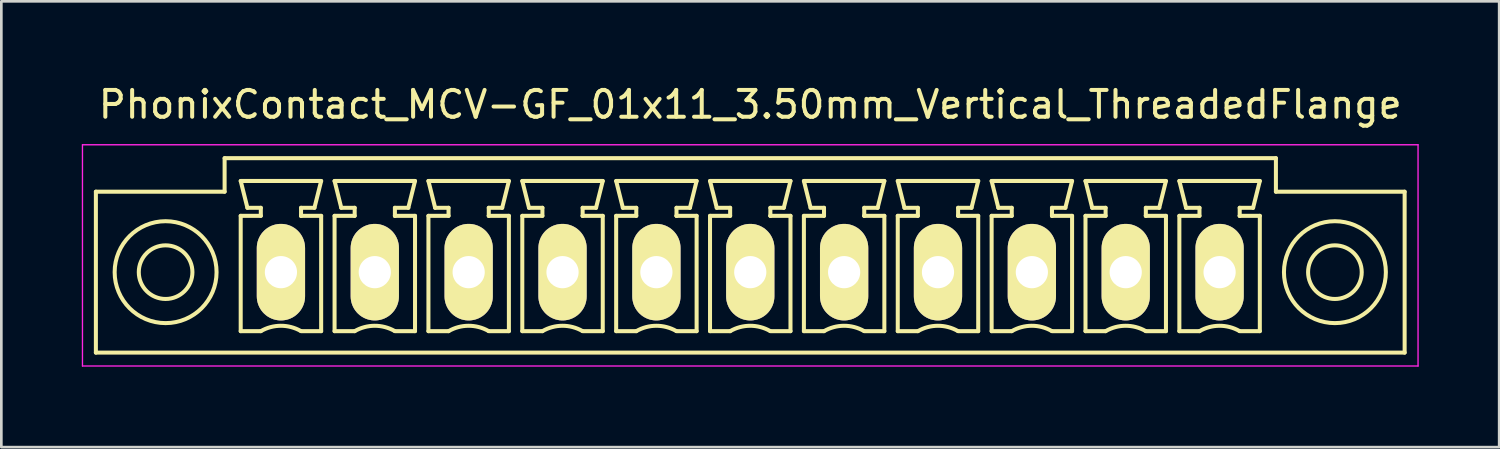
<source format=kicad_pcb>
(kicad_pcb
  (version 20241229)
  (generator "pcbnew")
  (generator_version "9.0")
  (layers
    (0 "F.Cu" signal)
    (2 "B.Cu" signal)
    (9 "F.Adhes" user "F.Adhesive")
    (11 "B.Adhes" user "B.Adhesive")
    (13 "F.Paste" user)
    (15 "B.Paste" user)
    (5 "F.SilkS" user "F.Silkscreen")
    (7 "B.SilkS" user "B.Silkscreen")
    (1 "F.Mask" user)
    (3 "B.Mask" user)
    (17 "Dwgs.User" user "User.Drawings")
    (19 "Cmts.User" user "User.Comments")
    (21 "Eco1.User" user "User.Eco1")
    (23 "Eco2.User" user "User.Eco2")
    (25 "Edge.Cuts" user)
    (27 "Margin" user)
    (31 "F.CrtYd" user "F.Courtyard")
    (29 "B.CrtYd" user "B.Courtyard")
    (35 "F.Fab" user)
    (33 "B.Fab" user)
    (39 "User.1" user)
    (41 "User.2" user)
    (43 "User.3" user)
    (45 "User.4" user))
  (footprint "PhonixContact_MCV-GF_01x11_3.50mm_Vertical_ThreadedFlange"
    (layer "F.Cu")
    (at 7.425 7.098)
    (property "Reference" "PhonixContact_MCV-GF_01x11_3.50mm_Vertical_ThreadedFlange" (at 17.5 -6.25 0) (layer "F.SilkS") (effects (font (size 1 1) (thickness 0.15))))
    (attr through_hole)
    (fp_line (start -6.9 -3) (end -6.9 3) (stroke (width 0.15) (type solid)) (layer "F.SilkS"))
    (fp_line (start -6.9 3) (end 41.9 3) (stroke (width 0.15) (type solid)) (layer "F.SilkS"))
    (fp_line (start -2.1 -4.25) (end -2.1 -3) (stroke (width 0.15) (type solid)) (layer "F.SilkS"))
    (fp_line (start -2.1 -3) (end -6.9 -3) (stroke (width 0.15) (type solid)) (layer "F.SilkS"))
    (fp_line (start -1.5 -3.4) (end 1.5 -3.4) (stroke (width 0.15) (type solid)) (layer "F.SilkS"))
    (fp_line (start -1.5 -2.1) (end -0.75 -2.1) (stroke (width 0.15) (type solid)) (layer "F.SilkS"))
    (fp_line (start -1.5 2.2) (end -1.5 -2.1) (stroke (width 0.15) (type solid)) (layer "F.SilkS"))
    (fp_line (start -1.25 -2.4) (end -1.5 -3.4) (stroke (width 0.15) (type solid)) (layer "F.SilkS"))
    (fp_line (start -0.75 -2.4) (end -1.25 -2.4) (stroke (width 0.15) (type solid)) (layer "F.SilkS"))
    (fp_line (start -0.75 -2.1) (end -0.75 -2.4) (stroke (width 0.15) (type solid)) (layer "F.SilkS"))
    (fp_line (start -0.75 2.2) (end -1.5 2.2) (stroke (width 0.15) (type solid)) (layer "F.SilkS"))
    (fp_line (start 0.75 -2.4) (end 0.75 -2.1) (stroke (width 0.15) (type solid)) (layer "F.SilkS"))
    (fp_line (start 0.75 -2.1) (end 0.75 -2.1) (stroke (width 0.15) (type solid)) (layer "F.SilkS"))
    (fp_line (start 0.75 -2.1) (end 1.5 -2.1) (stroke (width 0.15) (type solid)) (layer "F.SilkS"))
    (fp_line (start 1.25 -2.4) (end 0.75 -2.4) (stroke (width 0.15) (type solid)) (layer "F.SilkS"))
    (fp_line (start 1.5 -3.4) (end 1.25 -2.4) (stroke (width 0.15) (type solid)) (layer "F.SilkS"))
    (fp_line (start 1.5 -2.1) (end 1.5 2.2) (stroke (width 0.15) (type solid)) (layer "F.SilkS"))
    (fp_line (start 1.5 2.2) (end 0.75 2.2) (stroke (width 0.15) (type solid)) (layer "F.SilkS"))
    (fp_line (start 2 -3.4) (end 5 -3.4) (stroke (width 0.15) (type solid)) (layer "F.SilkS"))
    (fp_line (start 2 -2.1) (end 2.75 -2.1) (stroke (width 0.15) (type solid)) (layer "F.SilkS"))
    (fp_line (start 2 2.2) (end 2 -2.1) (stroke (width 0.15) (type solid)) (layer "F.SilkS"))
    (fp_line (start 2.25 -2.4) (end 2 -3.4) (stroke (width 0.15) (type solid)) (layer "F.SilkS"))
    (fp_line (start 2.75 -2.4) (end 2.25 -2.4) (stroke (width 0.15) (type solid)) (layer "F.SilkS"))
    (fp_line (start 2.75 -2.1) (end 2.75 -2.4) (stroke (width 0.15) (type solid)) (layer "F.SilkS"))
    (fp_line (start 2.75 2.2) (end 2 2.2) (stroke (width 0.15) (type solid)) (layer "F.SilkS"))
    (fp_line (start 4.25 -2.4) (end 4.25 -2.1) (stroke (width 0.15) (type solid)) (layer "F.SilkS"))
    (fp_line (start 4.25 -2.1) (end 4.25 -2.1) (stroke (width 0.15) (type solid)) (layer "F.SilkS"))
    (fp_line (start 4.25 -2.1) (end 5 -2.1) (stroke (width 0.15) (type solid)) (layer "F.SilkS"))
    (fp_line (start 4.75 -2.4) (end 4.25 -2.4) (stroke (width 0.15) (type solid)) (layer "F.SilkS"))
    (fp_line (start 5 -3.4) (end 4.75 -2.4) (stroke (width 0.15) (type solid)) (layer "F.SilkS"))
    (fp_line (start 5 -2.1) (end 5 2.2) (stroke (width 0.15) (type solid)) (layer "F.SilkS"))
    (fp_line (start 5 2.2) (end 4.25 2.2) (stroke (width 0.15) (type solid)) (layer "F.SilkS"))
    (fp_line (start 5.5 -3.4) (end 8.5 -3.4) (stroke (width 0.15) (type solid)) (layer "F.SilkS"))
    (fp_line (start 5.5 -2.1) (end 6.25 -2.1) (stroke (width 0.15) (type solid)) (layer "F.SilkS"))
    (fp_line (start 5.5 2.2) (end 5.5 -2.1) (stroke (width 0.15) (type solid)) (layer "F.SilkS"))
    (fp_line (start 5.75 -2.4) (end 5.5 -3.4) (stroke (width 0.15) (type solid)) (layer "F.SilkS"))
    (fp_line (start 6.25 -2.4) (end 5.75 -2.4) (stroke (width 0.15) (type solid)) (layer "F.SilkS"))
    (fp_line (start 6.25 -2.1) (end 6.25 -2.4) (stroke (width 0.15) (type solid)) (layer "F.SilkS"))
    (fp_line (start 6.25 2.2) (end 5.5 2.2) (stroke (width 0.15) (type solid)) (layer "F.SilkS"))
    (fp_line (start 7.75 -2.4) (end 7.75 -2.1) (stroke (width 0.15) (type solid)) (layer "F.SilkS"))
    (fp_line (start 7.75 -2.1) (end 7.75 -2.1) (stroke (width 0.15) (type solid)) (layer "F.SilkS"))
    (fp_line (start 7.75 -2.1) (end 8.5 -2.1) (stroke (width 0.15) (type solid)) (layer "F.SilkS"))
    (fp_line (start 8.25 -2.4) (end 7.75 -2.4) (stroke (width 0.15) (type solid)) (layer "F.SilkS"))
    (fp_line (start 8.5 -3.4) (end 8.25 -2.4) (stroke (width 0.15) (type solid)) (layer "F.SilkS"))
    (fp_line (start 8.5 -2.1) (end 8.5 2.2) (stroke (width 0.15) (type solid)) (layer "F.SilkS"))
    (fp_line (start 8.5 2.2) (end 7.75 2.2) (stroke (width 0.15) (type solid)) (layer "F.SilkS"))
    (fp_line (start 9 -3.4) (end 12 -3.4) (stroke (width 0.15) (type solid)) (layer "F.SilkS"))
    (fp_line (start 9 -2.1) (end 9.75 -2.1) (stroke (width 0.15) (type solid)) (layer "F.SilkS"))
    (fp_line (start 9 2.2) (end 9 -2.1) (stroke (width 0.15) (type solid)) (layer "F.SilkS"))
    (fp_line (start 9.25 -2.4) (end 9 -3.4) (stroke (width 0.15) (type solid)) (layer "F.SilkS"))
    (fp_line (start 9.75 -2.4) (end 9.25 -2.4) (stroke (width 0.15) (type solid)) (layer "F.SilkS"))
    (fp_line (start 9.75 -2.1) (end 9.75 -2.4) (stroke (width 0.15) (type solid)) (layer "F.SilkS"))
    (fp_line (start 9.75 2.2) (end 9 2.2) (stroke (width 0.15) (type solid)) (layer "F.SilkS"))
    (fp_line (start 11.25 -2.4) (end 11.25 -2.1) (stroke (width 0.15) (type solid)) (layer "F.SilkS"))
    (fp_line (start 11.25 -2.1) (end 11.25 -2.1) (stroke (width 0.15) (type solid)) (layer "F.SilkS"))
    (fp_line (start 11.25 -2.1) (end 12 -2.1) (stroke (width 0.15) (type solid)) (layer "F.SilkS"))
    (fp_line (start 11.75 -2.4) (end 11.25 -2.4) (stroke (width 0.15) (type solid)) (layer "F.SilkS"))
    (fp_line (start 12 -3.4) (end 11.75 -2.4) (stroke (width 0.15) (type solid)) (layer "F.SilkS"))
    (fp_line (start 12 -2.1) (end 12 2.2) (stroke (width 0.15) (type solid)) (layer "F.SilkS"))
    (fp_line (start 12 2.2) (end 11.25 2.2) (stroke (width 0.15) (type solid)) (layer "F.SilkS"))
    (fp_line (start 12.5 -3.4) (end 15.5 -3.4) (stroke (width 0.15) (type solid)) (layer "F.SilkS"))
    (fp_line (start 12.5 -2.1) (end 13.25 -2.1) (stroke (width 0.15) (type solid)) (layer "F.SilkS"))
    (fp_line (start 12.5 2.2) (end 12.5 -2.1) (stroke (width 0.15) (type solid)) (layer "F.SilkS"))
    (fp_line (start 12.75 -2.4) (end 12.5 -3.4) (stroke (width 0.15) (type solid)) (layer "F.SilkS"))
    (fp_line (start 13.25 -2.4) (end 12.75 -2.4) (stroke (width 0.15) (type solid)) (layer "F.SilkS"))
    (fp_line (start 13.25 -2.1) (end 13.25 -2.4) (stroke (width 0.15) (type solid)) (layer "F.SilkS"))
    (fp_line (start 13.25 2.2) (end 12.5 2.2) (stroke (width 0.15) (type solid)) (layer "F.SilkS"))
    (fp_line (start 14.75 -2.4) (end 14.75 -2.1) (stroke (width 0.15) (type solid)) (layer "F.SilkS"))
    (fp_line (start 14.75 -2.1) (end 14.75 -2.1) (stroke (width 0.15) (type solid)) (layer "F.SilkS"))
    (fp_line (start 14.75 -2.1) (end 15.5 -2.1) (stroke (width 0.15) (type solid)) (layer "F.SilkS"))
    (fp_line (start 15.25 -2.4) (end 14.75 -2.4) (stroke (width 0.15) (type solid)) (layer "F.SilkS"))
    (fp_line (start 15.5 -3.4) (end 15.25 -2.4) (stroke (width 0.15) (type solid)) (layer "F.SilkS"))
    (fp_line (start 15.5 -2.1) (end 15.5 2.2) (stroke (width 0.15) (type solid)) (layer "F.SilkS"))
    (fp_line (start 15.5 2.2) (end 14.75 2.2) (stroke (width 0.15) (type solid)) (layer "F.SilkS"))
    (fp_line (start 16 -3.4) (end 19 -3.4) (stroke (width 0.15) (type solid)) (layer "F.SilkS"))
    (fp_line (start 16 -2.1) (end 16.75 -2.1) (stroke (width 0.15) (type solid)) (layer "F.SilkS"))
    (fp_line (start 16 2.2) (end 16 -2.1) (stroke (width 0.15) (type solid)) (layer "F.SilkS"))
    (fp_line (start 16.25 -2.4) (end 16 -3.4) (stroke (width 0.15) (type solid)) (layer "F.SilkS"))
    (fp_line (start 16.75 -2.4) (end 16.25 -2.4) (stroke (width 0.15) (type solid)) (layer "F.SilkS"))
    (fp_line (start 16.75 -2.1) (end 16.75 -2.4) (stroke (width 0.15) (type solid)) (layer "F.SilkS"))
    (fp_line (start 16.75 2.2) (end 16 2.2) (stroke (width 0.15) (type solid)) (layer "F.SilkS"))
    (fp_line (start 18.25 -2.4) (end 18.25 -2.1) (stroke (width 0.15) (type solid)) (layer "F.SilkS"))
    (fp_line (start 18.25 -2.1) (end 18.25 -2.1) (stroke (width 0.15) (type solid)) (layer "F.SilkS"))
    (fp_line (start 18.25 -2.1) (end 19 -2.1) (stroke (width 0.15) (type solid)) (layer "F.SilkS"))
    (fp_line (start 18.75 -2.4) (end 18.25 -2.4) (stroke (width 0.15) (type solid)) (layer "F.SilkS"))
    (fp_line (start 19 -3.4) (end 18.75 -2.4) (stroke (width 0.15) (type solid)) (layer "F.SilkS"))
    (fp_line (start 19 -2.1) (end 19 2.2) (stroke (width 0.15) (type solid)) (layer "F.SilkS"))
    (fp_line (start 19 2.2) (end 18.25 2.2) (stroke (width 0.15) (type solid)) (layer "F.SilkS"))
    (fp_line (start 19.5 -3.4) (end 22.5 -3.4) (stroke (width 0.15) (type solid)) (layer "F.SilkS"))
    (fp_line (start 19.5 -2.1) (end 20.25 -2.1) (stroke (width 0.15) (type solid)) (layer "F.SilkS"))
    (fp_line (start 19.5 2.2) (end 19.5 -2.1) (stroke (width 0.15) (type solid)) (layer "F.SilkS"))
    (fp_line (start 19.75 -2.4) (end 19.5 -3.4) (stroke (width 0.15) (type solid)) (layer "F.SilkS"))
    (fp_line (start 20.25 -2.4) (end 19.75 -2.4) (stroke (width 0.15) (type solid)) (layer "F.SilkS"))
    (fp_line (start 20.25 -2.1) (end 20.25 -2.4) (stroke (width 0.15) (type solid)) (layer "F.SilkS"))
    (fp_line (start 20.25 2.2) (end 19.5 2.2) (stroke (width 0.15) (type solid)) (layer "F.SilkS"))
    (fp_line (start 21.75 -2.4) (end 21.75 -2.1) (stroke (width 0.15) (type solid)) (layer "F.SilkS"))
    (fp_line (start 21.75 -2.1) (end 21.75 -2.1) (stroke (width 0.15) (type solid)) (layer "F.SilkS"))
    (fp_line (start 21.75 -2.1) (end 22.5 -2.1) (stroke (width 0.15) (type solid)) (layer "F.SilkS"))
    (fp_line (start 22.25 -2.4) (end 21.75 -2.4) (stroke (width 0.15) (type solid)) (layer "F.SilkS"))
    (fp_line (start 22.5 -3.4) (end 22.25 -2.4) (stroke (width 0.15) (type solid)) (layer "F.SilkS"))
    (fp_line (start 22.5 -2.1) (end 22.5 2.2) (stroke (width 0.15) (type solid)) (layer "F.SilkS"))
    (fp_line (start 22.5 2.2) (end 21.75 2.2) (stroke (width 0.15) (type solid)) (layer "F.SilkS"))
    (fp_line (start 23 -3.4) (end 26 -3.4) (stroke (width 0.15) (type solid)) (layer "F.SilkS"))
    (fp_line (start 23 -2.1) (end 23.75 -2.1) (stroke (width 0.15) (type solid)) (layer "F.SilkS"))
    (fp_line (start 23 2.2) (end 23 -2.1) (stroke (width 0.15) (type solid)) (layer "F.SilkS"))
    (fp_line (start 23.25 -2.4) (end 23 -3.4) (stroke (width 0.15) (type solid)) (layer "F.SilkS"))
    (fp_line (start 23.75 -2.4) (end 23.25 -2.4) (stroke (width 0.15) (type solid)) (layer "F.SilkS"))
    (fp_line (start 23.75 -2.1) (end 23.75 -2.4) (stroke (width 0.15) (type solid)) (layer "F.SilkS"))
    (fp_line (start 23.75 2.2) (end 23 2.2) (stroke (width 0.15) (type solid)) (layer "F.SilkS"))
    (fp_line (start 25.25 -2.4) (end 25.25 -2.1) (stroke (width 0.15) (type solid)) (layer "F.SilkS"))
    (fp_line (start 25.25 -2.1) (end 25.25 -2.1) (stroke (width 0.15) (type solid)) (layer "F.SilkS"))
    (fp_line (start 25.25 -2.1) (end 26 -2.1) (stroke (width 0.15) (type solid)) (layer "F.SilkS"))
    (fp_line (start 25.75 -2.4) (end 25.25 -2.4) (stroke (width 0.15) (type solid)) (layer "F.SilkS"))
    (fp_line (start 26 -3.4) (end 25.75 -2.4) (stroke (width 0.15) (type solid)) (layer "F.SilkS"))
    (fp_line (start 26 -2.1) (end 26 2.2) (stroke (width 0.15) (type solid)) (layer "F.SilkS"))
    (fp_line (start 26 2.2) (end 25.25 2.2) (stroke (width 0.15) (type solid)) (layer "F.SilkS"))
    (fp_line (start 26.5 -3.4) (end 29.5 -3.4) (stroke (width 0.15) (type solid)) (layer "F.SilkS"))
    (fp_line (start 26.5 -2.1) (end 27.25 -2.1) (stroke (width 0.15) (type solid)) (layer "F.SilkS"))
    (fp_line (start 26.5 2.2) (end 26.5 -2.1) (stroke (width 0.15) (type solid)) (layer "F.SilkS"))
    (fp_line (start 26.75 -2.4) (end 26.5 -3.4) (stroke (width 0.15) (type solid)) (layer "F.SilkS"))
    (fp_line (start 27.25 -2.4) (end 26.75 -2.4) (stroke (width 0.15) (type solid)) (layer "F.SilkS"))
    (fp_line (start 27.25 -2.1) (end 27.25 -2.4) (stroke (width 0.15) (type solid)) (layer "F.SilkS"))
    (fp_line (start 27.25 2.2) (end 26.5 2.2) (stroke (width 0.15) (type solid)) (layer "F.SilkS"))
    (fp_line (start 28.75 -2.4) (end 28.75 -2.1) (stroke (width 0.15) (type solid)) (layer "F.SilkS"))
    (fp_line (start 28.75 -2.1) (end 28.75 -2.1) (stroke (width 0.15) (type solid)) (layer "F.SilkS"))
    (fp_line (start 28.75 -2.1) (end 29.5 -2.1) (stroke (width 0.15) (type solid)) (layer "F.SilkS"))
    (fp_line (start 29.25 -2.4) (end 28.75 -2.4) (stroke (width 0.15) (type solid)) (layer "F.SilkS"))
    (fp_line (start 29.5 -3.4) (end 29.25 -2.4) (stroke (width 0.15) (type solid)) (layer "F.SilkS"))
    (fp_line (start 29.5 -2.1) (end 29.5 2.2) (stroke (width 0.15) (type solid)) (layer "F.SilkS"))
    (fp_line (start 29.5 2.2) (end 28.75 2.2) (stroke (width 0.15) (type solid)) (layer "F.SilkS"))
    (fp_line (start 30 -3.4) (end 33 -3.4) (stroke (width 0.15) (type solid)) (layer "F.SilkS"))
    (fp_line (start 30 -2.1) (end 30.75 -2.1) (stroke (width 0.15) (type solid)) (layer "F.SilkS"))
    (fp_line (start 30 2.2) (end 30 -2.1) (stroke (width 0.15) (type solid)) (layer "F.SilkS"))
    (fp_line (start 30.25 -2.4) (end 30 -3.4) (stroke (width 0.15) (type solid)) (layer "F.SilkS"))
    (fp_line (start 30.75 -2.4) (end 30.25 -2.4) (stroke (width 0.15) (type solid)) (layer "F.SilkS"))
    (fp_line (start 30.75 -2.1) (end 30.75 -2.4) (stroke (width 0.15) (type solid)) (layer "F.SilkS"))
    (fp_line (start 30.75 2.2) (end 30 2.2) (stroke (width 0.15) (type solid)) (layer "F.SilkS"))
    (fp_line (start 32.25 -2.4) (end 32.25 -2.1) (stroke (width 0.15) (type solid)) (layer "F.SilkS"))
    (fp_line (start 32.25 -2.1) (end 32.25 -2.1) (stroke (width 0.15) (type solid)) (layer "F.SilkS"))
    (fp_line (start 32.25 -2.1) (end 33 -2.1) (stroke (width 0.15) (type solid)) (layer "F.SilkS"))
    (fp_line (start 32.75 -2.4) (end 32.25 -2.4) (stroke (width 0.15) (type solid)) (layer "F.SilkS"))
    (fp_line (start 33 -3.4) (end 32.75 -2.4) (stroke (width 0.15) (type solid)) (layer "F.SilkS"))
    (fp_line (start 33 -2.1) (end 33 2.2) (stroke (width 0.15) (type solid)) (layer "F.SilkS"))
    (fp_line (start 33 2.2) (end 32.25 2.2) (stroke (width 0.15) (type solid)) (layer "F.SilkS"))
    (fp_line (start 33.5 -3.4) (end 36.5 -3.4) (stroke (width 0.15) (type solid)) (layer "F.SilkS"))
    (fp_line (start 33.5 -2.1) (end 34.25 -2.1) (stroke (width 0.15) (type solid)) (layer "F.SilkS"))
    (fp_line (start 33.5 2.2) (end 33.5 -2.1) (stroke (width 0.15) (type solid)) (layer "F.SilkS"))
    (fp_line (start 33.75 -2.4) (end 33.5 -3.4) (stroke (width 0.15) (type solid)) (layer "F.SilkS"))
    (fp_line (start 34.25 -2.4) (end 33.75 -2.4) (stroke (width 0.15) (type solid)) (layer "F.SilkS"))
    (fp_line (start 34.25 -2.1) (end 34.25 -2.4) (stroke (width 0.15) (type solid)) (layer "F.SilkS"))
    (fp_line (start 34.25 2.2) (end 33.5 2.2) (stroke (width 0.15) (type solid)) (layer "F.SilkS"))
    (fp_line (start 35.75 -2.4) (end 35.75 -2.1) (stroke (width 0.15) (type solid)) (layer "F.SilkS"))
    (fp_line (start 35.75 -2.1) (end 35.75 -2.1) (stroke (width 0.15) (type solid)) (layer "F.SilkS"))
    (fp_line (start 35.75 -2.1) (end 36.5 -2.1) (stroke (width 0.15) (type solid)) (layer "F.SilkS"))
    (fp_line (start 36.25 -2.4) (end 35.75 -2.4) (stroke (width 0.15) (type solid)) (layer "F.SilkS"))
    (fp_line (start 36.5 -3.4) (end 36.25 -2.4) (stroke (width 0.15) (type solid)) (layer "F.SilkS"))
    (fp_line (start 36.5 -2.1) (end 36.5 2.2) (stroke (width 0.15) (type solid)) (layer "F.SilkS"))
    (fp_line (start 36.5 2.2) (end 35.75 2.2) (stroke (width 0.15) (type solid)) (layer "F.SilkS"))
    (fp_line (start 37.1 -4.25) (end -2.1 -4.25) (stroke (width 0.15) (type solid)) (layer "F.SilkS"))
    (fp_line (start 37.1 -3) (end 37.1 -4.25) (stroke (width 0.15) (type solid)) (layer "F.SilkS"))
    (fp_line (start 41.9 -3) (end 37.1 -3) (stroke (width 0.15) (type solid)) (layer "F.SilkS"))
    (fp_line (start 41.9 3) (end 41.9 -3) (stroke (width 0.15) (type solid)) (layer "F.SilkS"))
    (fp_arc (start -0.75 2.2) (mid -0.006068 1.999179) (end 0.739464 2.193978) (stroke (width 0.15) (type solid)) (layer "F.SilkS"))
    (fp_arc (start 2.75 2.2) (mid 3.493932 1.999179) (end 4.239464 2.193978) (stroke (width 0.15) (type solid)) (layer "F.SilkS"))
    (fp_arc (start 6.25 2.2) (mid 6.993932 1.999179) (end 7.739464 2.193978) (stroke (width 0.15) (type solid)) (layer "F.SilkS"))
    (fp_arc (start 9.75 2.2) (mid 10.493932 1.999179) (end 11.239464 2.193978) (stroke (width 0.15) (type solid)) (layer "F.SilkS"))
    (fp_arc (start 13.25 2.2) (mid 13.993932 1.999179) (end 14.739464 2.193978) (stroke (width 0.15) (type solid)) (layer "F.SilkS"))
    (fp_arc (start 16.75 2.2) (mid 17.493932 1.999179) (end 18.239464 2.193978) (stroke (width 0.15) (type solid)) (layer "F.SilkS"))
    (fp_arc (start 20.25 2.2) (mid 20.993932 1.999179) (end 21.739464 2.193978) (stroke (width 0.15) (type solid)) (layer "F.SilkS"))
    (fp_arc (start 23.75 2.2) (mid 24.493932 1.999179) (end 25.239464 2.193978) (stroke (width 0.15) (type solid)) (layer "F.SilkS"))
    (fp_arc (start 27.25 2.2) (mid 27.993932 1.999179) (end 28.739464 2.193978) (stroke (width 0.15) (type solid)) (layer "F.SilkS"))
    (fp_arc (start 30.75 2.2) (mid 31.493932 1.999179) (end 32.239464 2.193978) (stroke (width 0.15) (type solid)) (layer "F.SilkS"))
    (fp_arc (start 34.25 2.2) (mid 34.993932 1.999179) (end 35.739464 2.193978) (stroke (width 0.15) (type solid)) (layer "F.SilkS"))
    (fp_circle (center -4.3 0) (end -3.3 0) (stroke (width 0.15) (type solid)) (fill no) (layer "F.SilkS"))
    (fp_circle (center -4.3 0) (end -2.4 0) (stroke (width 0.15) (type solid)) (fill no) (layer "F.SilkS"))
    (fp_circle (center 39.3 0) (end 40.3 0) (stroke (width 0.15) (type solid)) (fill no) (layer "F.SilkS"))
    (fp_circle (center 39.3 0) (end 41.2 0) (stroke (width 0.15) (type solid)) (fill no) (layer "F.SilkS"))
    (fp_line (start -7.4 -4.75) (end -7.4 3.5) (stroke (width 0.05) (type solid)) (layer "F.CrtYd"))
    (fp_line (start -7.4 3.5) (end 42.4 3.5) (stroke (width 0.05) (type solid)) (layer "F.CrtYd"))
    (fp_line (start 42.4 -4.75) (end -7.4 -4.75) (stroke (width 0.05) (type solid)) (layer "F.CrtYd"))
    (fp_line (start 42.4 3.5) (end 42.4 -4.75) (stroke (width 0.05) (type solid)) (layer "F.CrtYd"))
    (pad "1" thru_hole oval (at 0 0) (size 1.8 3.6) (drill 1.2) (layers "*.Cu" "*.Mask" "F.SilkS"))
    (pad "2" thru_hole oval (at 3.5 0) (size 1.8 3.6) (drill 1.2) (layers "*.Cu" "*.Mask" "F.SilkS"))
    (pad "3" thru_hole oval (at 7 0) (size 1.8 3.6) (drill 1.2) (layers "*.Cu" "*.Mask" "F.SilkS"))
    (pad "4" thru_hole oval (at 10.5 0) (size 1.8 3.6) (drill 1.2) (layers "*.Cu" "*.Mask" "F.SilkS"))
    (pad "5" thru_hole oval (at 14 0) (size 1.8 3.6) (drill 1.2) (layers "*.Cu" "*.Mask" "F.SilkS"))
    (pad "6" thru_hole oval (at 17.5 0) (size 1.8 3.6) (drill 1.2) (layers "*.Cu" "*.Mask" "F.SilkS"))
    (pad "7" thru_hole oval (at 21 0) (size 1.8 3.6) (drill 1.2) (layers "*.Cu" "*.Mask" "F.SilkS"))
    (pad "8" thru_hole oval (at 24.5 0) (size 1.8 3.6) (drill 1.2) (layers "*.Cu" "*.Mask" "F.SilkS"))
    (pad "9" thru_hole oval (at 28 0) (size 1.8 3.6) (drill 1.2) (layers "*.Cu" "*.Mask" "F.SilkS"))
    (pad "10" thru_hole oval (at 31.5 0) (size 1.8 3.6) (drill 1.2) (layers "*.Cu" "*.Mask" "F.SilkS"))
    (pad "11" thru_hole oval (at 35 0) (size 1.8 3.6) (drill 1.2) (layers "*.Cu" "*.Mask" "F.SilkS")))
  (gr_rect
    (start -3 -3)
    (end 52.85 13.623)
    (stroke (width 0.1) (type default))
    (fill no)
    (layer "Edge.Cuts")))
</source>
